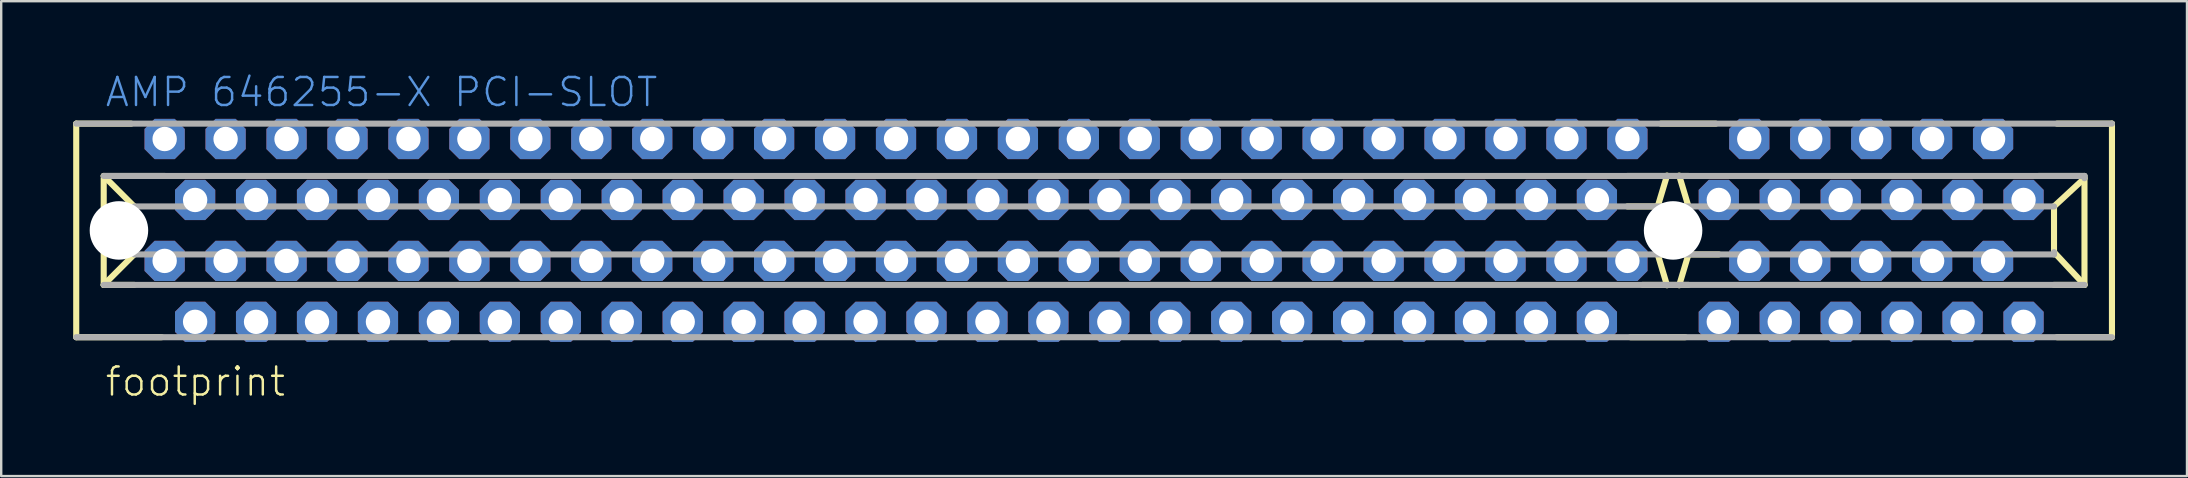
<source format=kicad_pcb>
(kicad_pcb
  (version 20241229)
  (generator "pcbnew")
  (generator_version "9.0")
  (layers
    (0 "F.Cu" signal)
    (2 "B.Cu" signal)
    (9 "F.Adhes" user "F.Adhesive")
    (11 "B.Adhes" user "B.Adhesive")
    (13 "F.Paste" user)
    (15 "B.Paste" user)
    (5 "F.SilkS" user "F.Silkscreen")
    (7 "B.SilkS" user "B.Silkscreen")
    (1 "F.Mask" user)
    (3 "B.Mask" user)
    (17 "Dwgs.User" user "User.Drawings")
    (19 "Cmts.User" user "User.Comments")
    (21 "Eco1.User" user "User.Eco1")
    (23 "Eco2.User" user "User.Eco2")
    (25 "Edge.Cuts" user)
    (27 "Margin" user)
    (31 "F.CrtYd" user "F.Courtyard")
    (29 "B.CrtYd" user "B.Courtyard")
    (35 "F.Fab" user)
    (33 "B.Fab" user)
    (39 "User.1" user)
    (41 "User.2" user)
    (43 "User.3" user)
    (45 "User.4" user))
  (footprint "footprint"
    (layer "F.Cu")
    (at 42.547 6.553)
    (property "Reference" "footprint" (at -41.275 6.985 0) (layer "F.SilkS") (effects (font (size 1.168 1.168) (thickness 0.102)) (justify left bottom)))
    (fp_line (start -42.42 -4.45) (end -42.42 4.45) (stroke (width 0.254) (type solid)) (layer "F.SilkS"))
    (fp_line (start -42.42 4.45) (end -38.86 4.45) (stroke (width 0.254) (type solid)) (layer "F.SilkS"))
    (fp_line (start -41.275 -2.27) (end -40.005 -1) (stroke (width 0.254) (type solid)) (layer "F.SilkS"))
    (fp_line (start -41.275 -2.175) (end -41.275 2.27) (stroke (width 0.254) (type solid)) (layer "F.SilkS"))
    (fp_line (start -41.275 2.27) (end -40.005 1) (stroke (width 0.254) (type solid)) (layer "F.SilkS"))
    (fp_line (start -41.275 2.27) (end -40.005 2.27) (stroke (width 0.254) (type solid)) (layer "F.SilkS"))
    (fp_line (start -40.13 -4.45) (end -42.42 -4.45) (stroke (width 0.254) (type solid)) (layer "F.SilkS"))
    (fp_line (start -40.005 -1) (end -40.005 1) (stroke (width 0.254) (type solid)) (layer "F.SilkS"))
    (fp_line (start -38.735 -2.27) (end -41.275 -2.27) (stroke (width 0.254) (type solid)) (layer "F.SilkS"))
    (fp_line (start 22.35 4.45) (end 24.64 4.45) (stroke (width 0.254) (type solid)) (layer "F.SilkS"))
    (fp_line (start 22.86 2.27) (end 24.765 2.27) (stroke (width 0.254) (type solid)) (layer "F.SilkS"))
    (fp_line (start 23.495 -1.016) (end 23.495 1.016) (stroke (width 0.254) (type solid)) (layer "F.SilkS"))
    (fp_line (start 23.495 -1.016) (end 23.876 -2.286) (stroke (width 0.254) (type solid)) (layer "F.SilkS"))
    (fp_line (start 23.495 1) (end 26.035 1) (stroke (width 0.254) (type solid)) (layer "F.SilkS"))
    (fp_line (start 23.495 1.016) (end 23.876 2.286) (stroke (width 0.254) (type solid)) (layer "F.SilkS"))
    (fp_line (start 24.765 -2.27) (end 22.225 -2.27) (stroke (width 0.254) (type solid)) (layer "F.SilkS"))
    (fp_line (start 24.765 -1.016) (end 24.384 -2.286) (stroke (width 0.254) (type solid)) (layer "F.SilkS"))
    (fp_line (start 24.765 -1) (end 22.225 -1) (stroke (width 0.254) (type solid)) (layer "F.SilkS"))
    (fp_line (start 24.765 1.016) (end 24.384 2.286) (stroke (width 0.254) (type solid)) (layer "F.SilkS"))
    (fp_line (start 24.765 1.016) (end 24.765 -1.016) (stroke (width 0.254) (type solid)) (layer "F.SilkS"))
    (fp_line (start 25.91 -4.45) (end 23.62 -4.45) (stroke (width 0.254) (type solid)) (layer "F.SilkS"))
    (fp_line (start 40.005 0.905) (end 40.005 -1) (stroke (width 0.254) (type solid)) (layer "F.SilkS"))
    (fp_line (start 40.005 2.27) (end 41.275 2.27) (stroke (width 0.254) (type solid)) (layer "F.SilkS"))
    (fp_line (start 40.13 4.45) (end 42.42 4.45) (stroke (width 0.254) (type solid)) (layer "F.SilkS"))
    (fp_line (start 41.275 -2.27) (end 39.37 -2.27) (stroke (width 0.254) (type solid)) (layer "F.SilkS"))
    (fp_line (start 41.275 -2.175) (end 40.005 -1) (stroke (width 0.254) (type solid)) (layer "F.SilkS"))
    (fp_line (start 41.275 2.27) (end 40.005 0.905) (stroke (width 0.254) (type solid)) (layer "F.SilkS"))
    (fp_line (start 41.275 2.27) (end 41.275 -2.175) (stroke (width 0.254) (type solid)) (layer "F.SilkS"))
    (fp_line (start 42.42 -4.45) (end 40.13 -4.45) (stroke (width 0.254) (type solid)) (layer "F.SilkS"))
    (fp_line (start 42.42 4.45) (end 42.42 -4.45) (stroke (width 0.254) (type solid)) (layer "F.SilkS"))
    (fp_line (start -42.42 4.45) (end 42.42 4.45) (stroke (width 0.254) (type solid)) (layer "F.Fab"))
    (fp_line (start -41.275 2.27) (end 41.275 2.27) (stroke (width 0.254) (type solid)) (layer "F.Fab"))
    (fp_line (start -40.005 1) (end 40.005 1) (stroke (width 0.254) (type solid)) (layer "F.Fab"))
    (fp_line (start 40.005 -1) (end -40.005 -1) (stroke (width 0.254) (type solid)) (layer "F.Fab"))
    (fp_line (start 40.005 1) (end 40.005 0.905) (stroke (width 0.254) (type solid)) (layer "F.Fab"))
    (fp_line (start 41.275 -2.27) (end -41.275 -2.27) (stroke (width 0.254) (type solid)) (layer "F.Fab"))
    (fp_line (start 41.275 -2.175) (end 41.275 -2.27) (stroke (width 0.254) (type solid)) (layer "F.Fab"))
    (fp_line (start 42.42 -4.45) (end -42.42 -4.45) (stroke (width 0.254) (type solid)) (layer "F.Fab"))
    (fp_text user "AMP 646255-X PCI-SLOT" (at -41.275 -5.08 0) (layer "Cmts.User") (effects (font (size 1.168 1.168) (thickness 0.102)) (justify left bottom)))
    (pad "" np_thru_hole circle (at -40.64 0) (size 2.438 2.438) (drill 2.438) (layers "*.Cu" "*.Mask"))
    (pad "" np_thru_hole circle (at 24.13 0) (size 2.438 2.438) (drill 2.438) (layers "*.Cu" "*.Mask"))
    (pad "A1" thru_hole roundrect (at -38.735 -3.81) (size 1.676 1.676) (drill 1.016) (layers "*.Cu" "*.Mask") (roundrect_rratio 0.25) (chamfer_ratio 0.25) (chamfer top_left top_right bottom_left bottom_right))
    (pad "A2" thru_hole roundrect (at -37.465 -1.27) (size 1.676 1.676) (drill 1.016) (layers "*.Cu" "*.Mask") (roundrect_rratio 0.25) (chamfer_ratio 0.25) (chamfer top_left top_right bottom_left bottom_right))
    (pad "A3" thru_hole roundrect (at -36.195 -3.81) (size 1.676 1.676) (drill 1.016) (layers "*.Cu" "*.Mask") (roundrect_rratio 0.25) (chamfer_ratio 0.25) (chamfer top_left top_right bottom_left bottom_right))
    (pad "A4" thru_hole roundrect (at -34.925 -1.27) (size 1.676 1.676) (drill 1.016) (layers "*.Cu" "*.Mask") (roundrect_rratio 0.25) (chamfer_ratio 0.25) (chamfer top_left top_right bottom_left bottom_right))
    (pad "A5" thru_hole roundrect (at -33.655 -3.81) (size 1.676 1.676) (drill 1.016) (layers "*.Cu" "*.Mask") (roundrect_rratio 0.25) (chamfer_ratio 0.25) (chamfer top_left top_right bottom_left bottom_right))
    (pad "A6" thru_hole roundrect (at -32.385 -1.27) (size 1.676 1.676) (drill 1.016) (layers "*.Cu" "*.Mask") (roundrect_rratio 0.25) (chamfer_ratio 0.25) (chamfer top_left top_right bottom_left bottom_right))
    (pad "A7" thru_hole roundrect (at -31.115 -3.81) (size 1.676 1.676) (drill 1.016) (layers "*.Cu" "*.Mask") (roundrect_rratio 0.25) (chamfer_ratio 0.25) (chamfer top_left top_right bottom_left bottom_right))
    (pad "A8" thru_hole roundrect (at -29.845 -1.27) (size 1.676 1.676) (drill 1.016) (layers "*.Cu" "*.Mask") (roundrect_rratio 0.25) (chamfer_ratio 0.25) (chamfer top_left top_right bottom_left bottom_right))
    (pad "A9" thru_hole roundrect (at -28.575 -3.81) (size 1.676 1.676) (drill 1.016) (layers "*.Cu" "*.Mask") (roundrect_rratio 0.25) (chamfer_ratio 0.25) (chamfer top_left top_right bottom_left bottom_right))
    (pad "A10" thru_hole roundrect (at -27.305 -1.27) (size 1.676 1.676) (drill 1.016) (layers "*.Cu" "*.Mask") (roundrect_rratio 0.25) (chamfer_ratio 0.25) (chamfer top_left top_right bottom_left bottom_right))
    (pad "A11" thru_hole roundrect (at -26.035 -3.81) (size 1.676 1.676) (drill 1.016) (layers "*.Cu" "*.Mask") (roundrect_rratio 0.25) (chamfer_ratio 0.25) (chamfer top_left top_right bottom_left bottom_right))
    (pad "A12" thru_hole roundrect (at -24.765 -1.27) (size 1.676 1.676) (drill 1.016) (layers "*.Cu" "*.Mask") (roundrect_rratio 0.25) (chamfer_ratio 0.25) (chamfer top_left top_right bottom_left bottom_right))
    (pad "A13" thru_hole roundrect (at -23.495 -3.81) (size 1.676 1.676) (drill 1.016) (layers "*.Cu" "*.Mask") (roundrect_rratio 0.25) (chamfer_ratio 0.25) (chamfer top_left top_right bottom_left bottom_right))
    (pad "A14" thru_hole roundrect (at -22.225 -1.27) (size 1.676 1.676) (drill 1.016) (layers "*.Cu" "*.Mask") (roundrect_rratio 0.25) (chamfer_ratio 0.25) (chamfer top_left top_right bottom_left bottom_right))
    (pad "A15" thru_hole roundrect (at -20.955 -3.81) (size 1.676 1.676) (drill 1.016) (layers "*.Cu" "*.Mask") (roundrect_rratio 0.25) (chamfer_ratio 0.25) (chamfer top_left top_right bottom_left bottom_right))
    (pad "A16" thru_hole roundrect (at -19.685 -1.27) (size 1.676 1.676) (drill 1.016) (layers "*.Cu" "*.Mask") (roundrect_rratio 0.25) (chamfer_ratio 0.25) (chamfer top_left top_right bottom_left bottom_right))
    (pad "A17" thru_hole roundrect (at -18.415 -3.81) (size 1.676 1.676) (drill 1.016) (layers "*.Cu" "*.Mask") (roundrect_rratio 0.25) (chamfer_ratio 0.25) (chamfer top_left top_right bottom_left bottom_right))
    (pad "A18" thru_hole roundrect (at -17.145 -1.27) (size 1.676 1.676) (drill 1.016) (layers "*.Cu" "*.Mask") (roundrect_rratio 0.25) (chamfer_ratio 0.25) (chamfer top_left top_right bottom_left bottom_right))
    (pad "A19" thru_hole roundrect (at -15.875 -3.81) (size 1.676 1.676) (drill 1.016) (layers "*.Cu" "*.Mask") (roundrect_rratio 0.25) (chamfer_ratio 0.25) (chamfer top_left top_right bottom_left bottom_right))
    (pad "A20" thru_hole roundrect (at -14.605 -1.27) (size 1.676 1.676) (drill 1.016) (layers "*.Cu" "*.Mask") (roundrect_rratio 0.25) (chamfer_ratio 0.25) (chamfer top_left top_right bottom_left bottom_right))
    (pad "A21" thru_hole roundrect (at -13.335 -3.81) (size 1.676 1.676) (drill 1.016) (layers "*.Cu" "*.Mask") (roundrect_rratio 0.25) (chamfer_ratio 0.25) (chamfer top_left top_right bottom_left bottom_right))
    (pad "A22" thru_hole roundrect (at -12.065 -1.27) (size 1.676 1.676) (drill 1.016) (layers "*.Cu" "*.Mask") (roundrect_rratio 0.25) (chamfer_ratio 0.25) (chamfer top_left top_right bottom_left bottom_right))
    (pad "A23" thru_hole roundrect (at -10.795 -3.81) (size 1.676 1.676) (drill 1.016) (layers "*.Cu" "*.Mask") (roundrect_rratio 0.25) (chamfer_ratio 0.25) (chamfer top_left top_right bottom_left bottom_right))
    (pad "A24" thru_hole roundrect (at -9.525 -1.27) (size 1.676 1.676) (drill 1.016) (layers "*.Cu" "*.Mask") (roundrect_rratio 0.25) (chamfer_ratio 0.25) (chamfer top_left top_right bottom_left bottom_right))
    (pad "A25" thru_hole roundrect (at -8.255 -3.81) (size 1.676 1.676) (drill 1.016) (layers "*.Cu" "*.Mask") (roundrect_rratio 0.25) (chamfer_ratio 0.25) (chamfer top_left top_right bottom_left bottom_right))
    (pad "A26" thru_hole roundrect (at -6.985 -1.27) (size 1.676 1.676) (drill 1.016) (layers "*.Cu" "*.Mask") (roundrect_rratio 0.25) (chamfer_ratio 0.25) (chamfer top_left top_right bottom_left bottom_right))
    (pad "A27" thru_hole roundrect (at -5.715 -3.81) (size 1.676 1.676) (drill 1.016) (layers "*.Cu" "*.Mask") (roundrect_rratio 0.25) (chamfer_ratio 0.25) (chamfer top_left top_right bottom_left bottom_right))
    (pad "A28" thru_hole roundrect (at -4.445 -1.27) (size 1.676 1.676) (drill 1.016) (layers "*.Cu" "*.Mask") (roundrect_rratio 0.25) (chamfer_ratio 0.25) (chamfer top_left top_right bottom_left bottom_right))
    (pad "A29" thru_hole roundrect (at -3.175 -3.81) (size 1.676 1.676) (drill 1.016) (layers "*.Cu" "*.Mask") (roundrect_rratio 0.25) (chamfer_ratio 0.25) (chamfer top_left top_right bottom_left bottom_right))
    (pad "A30" thru_hole roundrect (at -1.905 -1.27) (size 1.676 1.676) (drill 1.016) (layers "*.Cu" "*.Mask") (roundrect_rratio 0.25) (chamfer_ratio 0.25) (chamfer top_left top_right bottom_left bottom_right))
    (pad "A31" thru_hole roundrect (at -0.635 -3.81) (size 1.676 1.676) (drill 1.016) (layers "*.Cu" "*.Mask") (roundrect_rratio 0.25) (chamfer_ratio 0.25) (chamfer top_left top_right bottom_left bottom_right))
    (pad "A32" thru_hole roundrect (at 0.635 -1.27) (size 1.676 1.676) (drill 1.016) (layers "*.Cu" "*.Mask") (roundrect_rratio 0.25) (chamfer_ratio 0.25) (chamfer top_left top_right bottom_left bottom_right))
    (pad "A33" thru_hole roundrect (at 1.905 -3.81) (size 1.676 1.676) (drill 1.016) (layers "*.Cu" "*.Mask") (roundrect_rratio 0.25) (chamfer_ratio 0.25) (chamfer top_left top_right bottom_left bottom_right))
    (pad "A34" thru_hole roundrect (at 3.175 -1.27) (size 1.676 1.676) (drill 1.016) (layers "*.Cu" "*.Mask") (roundrect_rratio 0.25) (chamfer_ratio 0.25) (chamfer top_left top_right bottom_left bottom_right))
    (pad "A35" thru_hole roundrect (at 4.445 -3.81) (size 1.676 1.676) (drill 1.016) (layers "*.Cu" "*.Mask") (roundrect_rratio 0.25) (chamfer_ratio 0.25) (chamfer top_left top_right bottom_left bottom_right))
    (pad "A36" thru_hole roundrect (at 5.715 -1.27) (size 1.676 1.676) (drill 1.016) (layers "*.Cu" "*.Mask") (roundrect_rratio 0.25) (chamfer_ratio 0.25) (chamfer top_left top_right bottom_left bottom_right))
    (pad "A37" thru_hole roundrect (at 6.985 -3.81) (size 1.676 1.676) (drill 1.016) (layers "*.Cu" "*.Mask") (roundrect_rratio 0.25) (chamfer_ratio 0.25) (chamfer top_left top_right bottom_left bottom_right))
    (pad "A38" thru_hole roundrect (at 8.255 -1.27) (size 1.676 1.676) (drill 1.016) (layers "*.Cu" "*.Mask") (roundrect_rratio 0.25) (chamfer_ratio 0.25) (chamfer top_left top_right bottom_left bottom_right))
    (pad "A39" thru_hole roundrect (at 9.525 -3.81) (size 1.676 1.676) (drill 1.016) (layers "*.Cu" "*.Mask") (roundrect_rratio 0.25) (chamfer_ratio 0.25) (chamfer top_left top_right bottom_left bottom_right))
    (pad "A40" thru_hole roundrect (at 10.795 -1.27) (size 1.676 1.676) (drill 1.016) (layers "*.Cu" "*.Mask") (roundrect_rratio 0.25) (chamfer_ratio 0.25) (chamfer top_left top_right bottom_left bottom_right))
    (pad "A41" thru_hole roundrect (at 12.065 -3.81) (size 1.676 1.676) (drill 1.016) (layers "*.Cu" "*.Mask") (roundrect_rratio 0.25) (chamfer_ratio 0.25) (chamfer top_left top_right bottom_left bottom_right))
    (pad "A42" thru_hole roundrect (at 13.335 -1.27) (size 1.676 1.676) (drill 1.016) (layers "*.Cu" "*.Mask") (roundrect_rratio 0.25) (chamfer_ratio 0.25) (chamfer top_left top_right bottom_left bottom_right))
    (pad "A43" thru_hole roundrect (at 14.605 -3.81) (size 1.676 1.676) (drill 1.016) (layers "*.Cu" "*.Mask") (roundrect_rratio 0.25) (chamfer_ratio 0.25) (chamfer top_left top_right bottom_left bottom_right))
    (pad "A44" thru_hole roundrect (at 15.875 -1.27) (size 1.676 1.676) (drill 1.016) (layers "*.Cu" "*.Mask") (roundrect_rratio 0.25) (chamfer_ratio 0.25) (chamfer top_left top_right bottom_left bottom_right))
    (pad "A45" thru_hole roundrect (at 17.145 -3.81) (size 1.676 1.676) (drill 1.016) (layers "*.Cu" "*.Mask") (roundrect_rratio 0.25) (chamfer_ratio 0.25) (chamfer top_left top_right bottom_left bottom_right))
    (pad "A46" thru_hole roundrect (at 18.415 -1.27) (size 1.676 1.676) (drill 1.016) (layers "*.Cu" "*.Mask") (roundrect_rratio 0.25) (chamfer_ratio 0.25) (chamfer top_left top_right bottom_left bottom_right))
    (pad "A47" thru_hole roundrect (at 19.685 -3.81) (size 1.676 1.676) (drill 1.016) (layers "*.Cu" "*.Mask") (roundrect_rratio 0.25) (chamfer_ratio 0.25) (chamfer top_left top_right bottom_left bottom_right))
    (pad "A48" thru_hole roundrect (at 20.955 -1.27) (size 1.676 1.676) (drill 1.016) (layers "*.Cu" "*.Mask") (roundrect_rratio 0.25) (chamfer_ratio 0.25) (chamfer top_left top_right bottom_left bottom_right))
    (pad "A49" thru_hole roundrect (at 22.225 -3.81) (size 1.676 1.676) (drill 1.016) (layers "*.Cu" "*.Mask") (roundrect_rratio 0.25) (chamfer_ratio 0.25) (chamfer top_left top_right bottom_left bottom_right))
    (pad "A52" thru_hole roundrect (at 26.035 -1.27) (size 1.676 1.676) (drill 1.016) (layers "*.Cu" "*.Mask") (roundrect_rratio 0.25) (chamfer_ratio 0.25) (chamfer top_left top_right bottom_left bottom_right))
    (pad "A53" thru_hole roundrect (at 27.305 -3.81) (size 1.676 1.676) (drill 1.016) (layers "*.Cu" "*.Mask") (roundrect_rratio 0.25) (chamfer_ratio 0.25) (chamfer top_left top_right bottom_left bottom_right))
    (pad "A54" thru_hole roundrect (at 28.575 -1.27) (size 1.676 1.676) (drill 1.016) (layers "*.Cu" "*.Mask") (roundrect_rratio 0.25) (chamfer_ratio 0.25) (chamfer top_left top_right bottom_left bottom_right))
    (pad "A55" thru_hole roundrect (at 29.845 -3.81) (size 1.676 1.676) (drill 1.016) (layers "*.Cu" "*.Mask") (roundrect_rratio 0.25) (chamfer_ratio 0.25) (chamfer top_left top_right bottom_left bottom_right))
    (pad "A56" thru_hole roundrect (at 31.115 -1.27) (size 1.676 1.676) (drill 1.016) (layers "*.Cu" "*.Mask") (roundrect_rratio 0.25) (chamfer_ratio 0.25) (chamfer top_left top_right bottom_left bottom_right))
    (pad "A57" thru_hole roundrect (at 32.385 -3.81) (size 1.676 1.676) (drill 1.016) (layers "*.Cu" "*.Mask") (roundrect_rratio 0.25) (chamfer_ratio 0.25) (chamfer top_left top_right bottom_left bottom_right))
    (pad "A58" thru_hole roundrect (at 33.655 -1.27) (size 1.676 1.676) (drill 1.016) (layers "*.Cu" "*.Mask") (roundrect_rratio 0.25) (chamfer_ratio 0.25) (chamfer top_left top_right bottom_left bottom_right))
    (pad "A59" thru_hole roundrect (at 34.925 -3.81) (size 1.676 1.676) (drill 1.016) (layers "*.Cu" "*.Mask") (roundrect_rratio 0.25) (chamfer_ratio 0.25) (chamfer top_left top_right bottom_left bottom_right))
    (pad "A60" thru_hole roundrect (at 36.195 -1.27) (size 1.676 1.676) (drill 1.016) (layers "*.Cu" "*.Mask") (roundrect_rratio 0.25) (chamfer_ratio 0.25) (chamfer top_left top_right bottom_left bottom_right))
    (pad "A61" thru_hole roundrect (at 37.465 -3.81) (size 1.676 1.676) (drill 1.016) (layers "*.Cu" "*.Mask") (roundrect_rratio 0.25) (chamfer_ratio 0.25) (chamfer top_left top_right bottom_left bottom_right))
    (pad "A62" thru_hole roundrect (at 38.735 -1.27) (size 1.676 1.676) (drill 1.016) (layers "*.Cu" "*.Mask") (roundrect_rratio 0.25) (chamfer_ratio 0.25) (chamfer top_left top_right bottom_left bottom_right))
    (pad "B1" thru_hole roundrect (at -38.735 1.27) (size 1.676 1.676) (drill 1.016) (layers "*.Cu" "*.Mask") (roundrect_rratio 0.25) (chamfer_ratio 0.25) (chamfer top_left top_right bottom_left bottom_right))
    (pad "B2" thru_hole roundrect (at -37.465 3.81) (size 1.676 1.676) (drill 1.016) (layers "*.Cu" "*.Mask") (roundrect_rratio 0.25) (chamfer_ratio 0.25) (chamfer top_left top_right bottom_left bottom_right))
    (pad "B3" thru_hole roundrect (at -36.195 1.27) (size 1.676 1.676) (drill 1.016) (layers "*.Cu" "*.Mask") (roundrect_rratio 0.25) (chamfer_ratio 0.25) (chamfer top_left top_right bottom_left bottom_right))
    (pad "B4" thru_hole roundrect (at -34.925 3.81) (size 1.676 1.676) (drill 1.016) (layers "*.Cu" "*.Mask") (roundrect_rratio 0.25) (chamfer_ratio 0.25) (chamfer top_left top_right bottom_left bottom_right))
    (pad "B5" thru_hole roundrect (at -33.655 1.27) (size 1.676 1.676) (drill 1.016) (layers "*.Cu" "*.Mask") (roundrect_rratio 0.25) (chamfer_ratio 0.25) (chamfer top_left top_right bottom_left bottom_right))
    (pad "B6" thru_hole roundrect (at -32.385 3.81) (size 1.676 1.676) (drill 1.016) (layers "*.Cu" "*.Mask") (roundrect_rratio 0.25) (chamfer_ratio 0.25) (chamfer top_left top_right bottom_left bottom_right))
    (pad "B7" thru_hole roundrect (at -31.115 1.27) (size 1.676 1.676) (drill 1.016) (layers "*.Cu" "*.Mask") (roundrect_rratio 0.25) (chamfer_ratio 0.25) (chamfer top_left top_right bottom_left bottom_right))
    (pad "B8" thru_hole roundrect (at -29.845 3.81) (size 1.676 1.676) (drill 1.016) (layers "*.Cu" "*.Mask") (roundrect_rratio 0.25) (chamfer_ratio 0.25) (chamfer top_left top_right bottom_left bottom_right))
    (pad "B9" thru_hole roundrect (at -28.575 1.27) (size 1.676 1.676) (drill 1.016) (layers "*.Cu" "*.Mask") (roundrect_rratio 0.25) (chamfer_ratio 0.25) (chamfer top_left top_right bottom_left bottom_right))
    (pad "B10" thru_hole roundrect (at -27.305 3.81) (size 1.676 1.676) (drill 1.016) (layers "*.Cu" "*.Mask") (roundrect_rratio 0.25) (chamfer_ratio 0.25) (chamfer top_left top_right bottom_left bottom_right))
    (pad "B11" thru_hole roundrect (at -26.035 1.27) (size 1.676 1.676) (drill 1.016) (layers "*.Cu" "*.Mask") (roundrect_rratio 0.25) (chamfer_ratio 0.25) (chamfer top_left top_right bottom_left bottom_right))
    (pad "B12" thru_hole roundrect (at -24.765 3.81) (size 1.676 1.676) (drill 1.016) (layers "*.Cu" "*.Mask") (roundrect_rratio 0.25) (chamfer_ratio 0.25) (chamfer top_left top_right bottom_left bottom_right))
    (pad "B13" thru_hole roundrect (at -23.495 1.27) (size 1.676 1.676) (drill 1.016) (layers "*.Cu" "*.Mask") (roundrect_rratio 0.25) (chamfer_ratio 0.25) (chamfer top_left top_right bottom_left bottom_right))
    (pad "B14" thru_hole roundrect (at -22.225 3.81) (size 1.676 1.676) (drill 1.016) (layers "*.Cu" "*.Mask") (roundrect_rratio 0.25) (chamfer_ratio 0.25) (chamfer top_left top_right bottom_left bottom_right))
    (pad "B15" thru_hole roundrect (at -20.955 1.27) (size 1.676 1.676) (drill 1.016) (layers "*.Cu" "*.Mask") (roundrect_rratio 0.25) (chamfer_ratio 0.25) (chamfer top_left top_right bottom_left bottom_right))
    (pad "B16" thru_hole roundrect (at -19.685 3.81) (size 1.676 1.676) (drill 1.016) (layers "*.Cu" "*.Mask") (roundrect_rratio 0.25) (chamfer_ratio 0.25) (chamfer top_left top_right bottom_left bottom_right))
    (pad "B17" thru_hole roundrect (at -18.415 1.27) (size 1.676 1.676) (drill 1.016) (layers "*.Cu" "*.Mask") (roundrect_rratio 0.25) (chamfer_ratio 0.25) (chamfer top_left top_right bottom_left bottom_right))
    (pad "B18" thru_hole roundrect (at -17.145 3.81) (size 1.676 1.676) (drill 1.016) (layers "*.Cu" "*.Mask") (roundrect_rratio 0.25) (chamfer_ratio 0.25) (chamfer top_left top_right bottom_left bottom_right))
    (pad "B19" thru_hole roundrect (at -15.875 1.27) (size 1.676 1.676) (drill 1.016) (layers "*.Cu" "*.Mask") (roundrect_rratio 0.25) (chamfer_ratio 0.25) (chamfer top_left top_right bottom_left bottom_right))
    (pad "B20" thru_hole roundrect (at -14.605 3.81) (size 1.676 1.676) (drill 1.016) (layers "*.Cu" "*.Mask") (roundrect_rratio 0.25) (chamfer_ratio 0.25) (chamfer top_left top_right bottom_left bottom_right))
    (pad "B21" thru_hole roundrect (at -13.335 1.27) (size 1.676 1.676) (drill 1.016) (layers "*.Cu" "*.Mask") (roundrect_rratio 0.25) (chamfer_ratio 0.25) (chamfer top_left top_right bottom_left bottom_right))
    (pad "B22" thru_hole roundrect (at -12.065 3.81) (size 1.676 1.676) (drill 1.016) (layers "*.Cu" "*.Mask") (roundrect_rratio 0.25) (chamfer_ratio 0.25) (chamfer top_left top_right bottom_left bottom_right))
    (pad "B23" thru_hole roundrect (at -10.795 1.27) (size 1.676 1.676) (drill 1.016) (layers "*.Cu" "*.Mask") (roundrect_rratio 0.25) (chamfer_ratio 0.25) (chamfer top_left top_right bottom_left bottom_right))
    (pad "B24" thru_hole roundrect (at -9.525 3.81) (size 1.676 1.676) (drill 1.016) (layers "*.Cu" "*.Mask") (roundrect_rratio 0.25) (chamfer_ratio 0.25) (chamfer top_left top_right bottom_left bottom_right))
    (pad "B25" thru_hole roundrect (at -8.255 1.27) (size 1.676 1.676) (drill 1.016) (layers "*.Cu" "*.Mask") (roundrect_rratio 0.25) (chamfer_ratio 0.25) (chamfer top_left top_right bottom_left bottom_right))
    (pad "B26" thru_hole roundrect (at -6.985 3.81) (size 1.676 1.676) (drill 1.016) (layers "*.Cu" "*.Mask") (roundrect_rratio 0.25) (chamfer_ratio 0.25) (chamfer top_left top_right bottom_left bottom_right))
    (pad "B27" thru_hole roundrect (at -5.715 1.27) (size 1.676 1.676) (drill 1.016) (layers "*.Cu" "*.Mask") (roundrect_rratio 0.25) (chamfer_ratio 0.25) (chamfer top_left top_right bottom_left bottom_right))
    (pad "B28" thru_hole roundrect (at -4.445 3.81) (size 1.676 1.676) (drill 1.016) (layers "*.Cu" "*.Mask") (roundrect_rratio 0.25) (chamfer_ratio 0.25) (chamfer top_left top_right bottom_left bottom_right))
    (pad "B29" thru_hole roundrect (at -3.175 1.27) (size 1.676 1.676) (drill 1.016) (layers "*.Cu" "*.Mask") (roundrect_rratio 0.25) (chamfer_ratio 0.25) (chamfer top_left top_right bottom_left bottom_right))
    (pad "B30" thru_hole roundrect (at -1.905 3.81) (size 1.676 1.676) (drill 1.016) (layers "*.Cu" "*.Mask") (roundrect_rratio 0.25) (chamfer_ratio 0.25) (chamfer top_left top_right bottom_left bottom_right))
    (pad "B31" thru_hole roundrect (at -0.635 1.27) (size 1.676 1.676) (drill 1.016) (layers "*.Cu" "*.Mask") (roundrect_rratio 0.25) (chamfer_ratio 0.25) (chamfer top_left top_right bottom_left bottom_right))
    (pad "B32" thru_hole roundrect (at 0.635 3.81) (size 1.676 1.676) (drill 1.016) (layers "*.Cu" "*.Mask") (roundrect_rratio 0.25) (chamfer_ratio 0.25) (chamfer top_left top_right bottom_left bottom_right))
    (pad "B33" thru_hole roundrect (at 1.905 1.27) (size 1.676 1.676) (drill 1.016) (layers "*.Cu" "*.Mask") (roundrect_rratio 0.25) (chamfer_ratio 0.25) (chamfer top_left top_right bottom_left bottom_right))
    (pad "B34" thru_hole roundrect (at 3.175 3.81) (size 1.676 1.676) (drill 1.016) (layers "*.Cu" "*.Mask") (roundrect_rratio 0.25) (chamfer_ratio 0.25) (chamfer top_left top_right bottom_left bottom_right))
    (pad "B35" thru_hole roundrect (at 4.445 1.27) (size 1.676 1.676) (drill 1.016) (layers "*.Cu" "*.Mask") (roundrect_rratio 0.25) (chamfer_ratio 0.25) (chamfer top_left top_right bottom_left bottom_right))
    (pad "B36" thru_hole roundrect (at 5.715 3.81) (size 1.676 1.676) (drill 1.016) (layers "*.Cu" "*.Mask") (roundrect_rratio 0.25) (chamfer_ratio 0.25) (chamfer top_left top_right bottom_left bottom_right))
    (pad "B37" thru_hole roundrect (at 6.985 1.27) (size 1.676 1.676) (drill 1.016) (layers "*.Cu" "*.Mask") (roundrect_rratio 0.25) (chamfer_ratio 0.25) (chamfer top_left top_right bottom_left bottom_right))
    (pad "B38" thru_hole roundrect (at 8.255 3.81) (size 1.676 1.676) (drill 1.016) (layers "*.Cu" "*.Mask") (roundrect_rratio 0.25) (chamfer_ratio 0.25) (chamfer top_left top_right bottom_left bottom_right))
    (pad "B39" thru_hole roundrect (at 9.525 1.27) (size 1.676 1.676) (drill 1.016) (layers "*.Cu" "*.Mask") (roundrect_rratio 0.25) (chamfer_ratio 0.25) (chamfer top_left top_right bottom_left bottom_right))
    (pad "B40" thru_hole roundrect (at 10.795 3.81) (size 1.676 1.676) (drill 1.016) (layers "*.Cu" "*.Mask") (roundrect_rratio 0.25) (chamfer_ratio 0.25) (chamfer top_left top_right bottom_left bottom_right))
    (pad "B41" thru_hole roundrect (at 12.065 1.27) (size 1.676 1.676) (drill 1.016) (layers "*.Cu" "*.Mask") (roundrect_rratio 0.25) (chamfer_ratio 0.25) (chamfer top_left top_right bottom_left bottom_right))
    (pad "B42" thru_hole roundrect (at 13.335 3.81) (size 1.676 1.676) (drill 1.016) (layers "*.Cu" "*.Mask") (roundrect_rratio 0.25) (chamfer_ratio 0.25) (chamfer top_left top_right bottom_left bottom_right))
    (pad "B43" thru_hole roundrect (at 14.605 1.27) (size 1.676 1.676) (drill 1.016) (layers "*.Cu" "*.Mask") (roundrect_rratio 0.25) (chamfer_ratio 0.25) (chamfer top_left top_right bottom_left bottom_right))
    (pad "B44" thru_hole roundrect (at 15.875 3.81) (size 1.676 1.676) (drill 1.016) (layers "*.Cu" "*.Mask") (roundrect_rratio 0.25) (chamfer_ratio 0.25) (chamfer top_left top_right bottom_left bottom_right))
    (pad "B45" thru_hole roundrect (at 17.145 1.27) (size 1.676 1.676) (drill 1.016) (layers "*.Cu" "*.Mask") (roundrect_rratio 0.25) (chamfer_ratio 0.25) (chamfer top_left top_right bottom_left bottom_right))
    (pad "B46" thru_hole roundrect (at 18.415 3.81) (size 1.676 1.676) (drill 1.016) (layers "*.Cu" "*.Mask") (roundrect_rratio 0.25) (chamfer_ratio 0.25) (chamfer top_left top_right bottom_left bottom_right))
    (pad "B47" thru_hole roundrect (at 19.685 1.27) (size 1.676 1.676) (drill 1.016) (layers "*.Cu" "*.Mask") (roundrect_rratio 0.25) (chamfer_ratio 0.25) (chamfer top_left top_right bottom_left bottom_right))
    (pad "B48" thru_hole roundrect (at 20.955 3.81) (size 1.676 1.676) (drill 1.016) (layers "*.Cu" "*.Mask") (roundrect_rratio 0.25) (chamfer_ratio 0.25) (chamfer top_left top_right bottom_left bottom_right))
    (pad "B49" thru_hole roundrect (at 22.225 1.27) (size 1.676 1.676) (drill 1.016) (layers "*.Cu" "*.Mask") (roundrect_rratio 0.25) (chamfer_ratio 0.25) (chamfer top_left top_right bottom_left bottom_right))
    (pad "B52" thru_hole roundrect (at 26.035 3.81) (size 1.676 1.676) (drill 1.016) (layers "*.Cu" "*.Mask") (roundrect_rratio 0.25) (chamfer_ratio 0.25) (chamfer top_left top_right bottom_left bottom_right))
    (pad "B53" thru_hole roundrect (at 27.305 1.27) (size 1.676 1.676) (drill 1.016) (layers "*.Cu" "*.Mask") (roundrect_rratio 0.25) (chamfer_ratio 0.25) (chamfer top_left top_right bottom_left bottom_right))
    (pad "B54" thru_hole roundrect (at 28.575 3.81) (size 1.676 1.676) (drill 1.016) (layers "*.Cu" "*.Mask") (roundrect_rratio 0.25) (chamfer_ratio 0.25) (chamfer top_left top_right bottom_left bottom_right))
    (pad "B55" thru_hole roundrect (at 29.845 1.27) (size 1.676 1.676) (drill 1.016) (layers "*.Cu" "*.Mask") (roundrect_rratio 0.25) (chamfer_ratio 0.25) (chamfer top_left top_right bottom_left bottom_right))
    (pad "B56" thru_hole roundrect (at 31.115 3.81) (size 1.676 1.676) (drill 1.016) (layers "*.Cu" "*.Mask") (roundrect_rratio 0.25) (chamfer_ratio 0.25) (chamfer top_left top_right bottom_left bottom_right))
    (pad "B57" thru_hole roundrect (at 32.385 1.27) (size 1.676 1.676) (drill 1.016) (layers "*.Cu" "*.Mask") (roundrect_rratio 0.25) (chamfer_ratio 0.25) (chamfer top_left top_right bottom_left bottom_right))
    (pad "B58" thru_hole roundrect (at 33.655 3.81) (size 1.676 1.676) (drill 1.016) (layers "*.Cu" "*.Mask") (roundrect_rratio 0.25) (chamfer_ratio 0.25) (chamfer top_left top_right bottom_left bottom_right))
    (pad "B59" thru_hole roundrect (at 34.925 1.27) (size 1.676 1.676) (drill 1.016) (layers "*.Cu" "*.Mask") (roundrect_rratio 0.25) (chamfer_ratio 0.25) (chamfer top_left top_right bottom_left bottom_right))
    (pad "B60" thru_hole roundrect (at 36.195 3.81) (size 1.676 1.676) (drill 1.016) (layers "*.Cu" "*.Mask") (roundrect_rratio 0.25) (chamfer_ratio 0.25) (chamfer top_left top_right bottom_left bottom_right))
    (pad "B61" thru_hole roundrect (at 37.465 1.27) (size 1.676 1.676) (drill 1.016) (layers "*.Cu" "*.Mask") (roundrect_rratio 0.25) (chamfer_ratio 0.25) (chamfer top_left top_right bottom_left bottom_right))
    (pad "B62" thru_hole roundrect (at 38.735 3.81) (size 1.676 1.676) (drill 1.016) (layers "*.Cu" "*.Mask") (roundrect_rratio 0.25) (chamfer_ratio 0.25) (chamfer top_left top_right bottom_left bottom_right)))
  (gr_rect
    (start -3 -3)
    (end 88.094 16.789)
    (stroke (width 0.1) (type default))
    (fill no)
    (layer "Edge.Cuts")))
</source>
